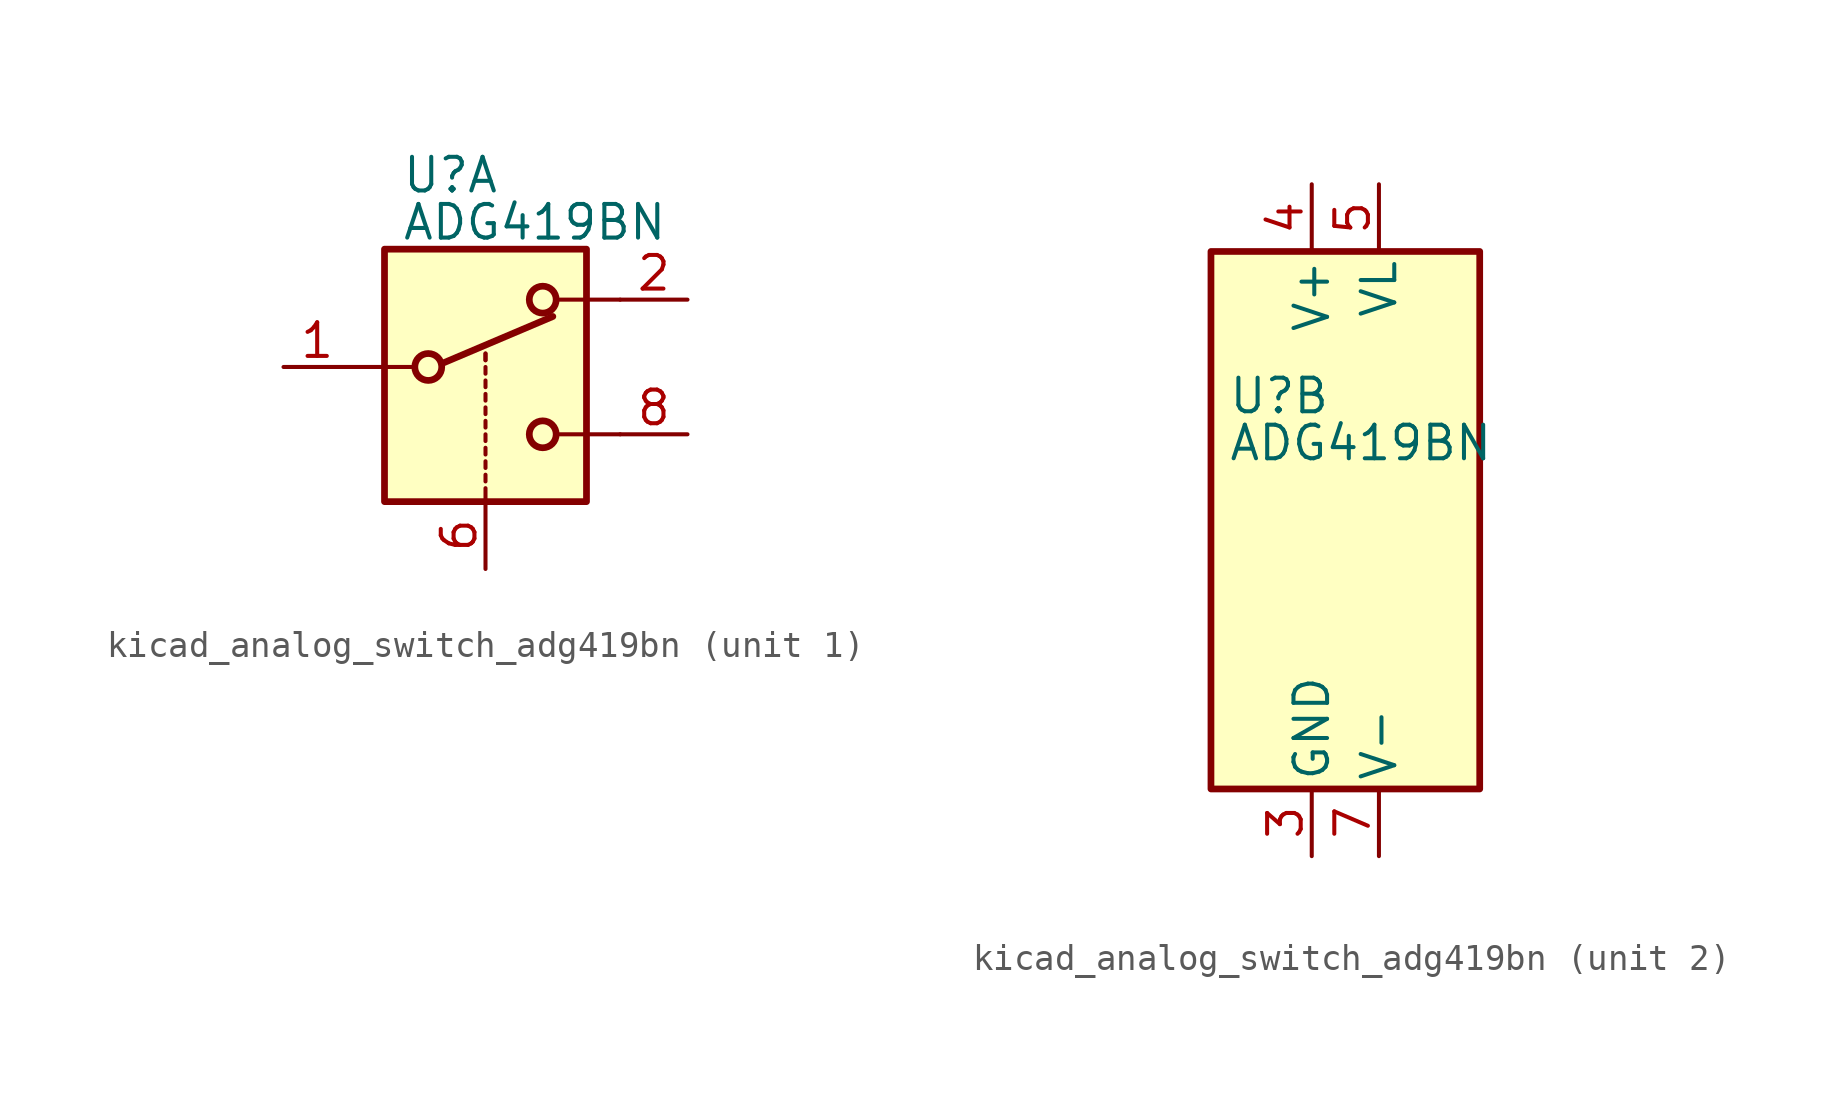
<source format=kicad_sym>
(kicad_symbol_lib
  (version 20220914)
  (generator kicad_symbol_editor)
  (symbol "kicad_analog_switch_adg419bn"
    (pin_names
      (offset 0.254))
    (property "Reference" "U"
      (at -3.175 4.699 0)
      (effects (font (size 1.27 1.27)) (justify left)))
    (property "Value" "ADG419BN"
      (at -3.175 2.921 0)
      (effects (font (size 1.27 1.27)) (justify left)))
    (symbol "kicad_analog_switch_adg419bn_1_1"
      (rectangle (start -3.81 1.905) (end 3.81 -7.62) (stroke (width 0.254) (type default)) (fill (type background)))
      (circle (center -2.159 -2.54) (radius 0.508) (stroke (width 0.254) (type default)) (fill (type none)))
      (polyline (pts (xy -5.08 -2.54) (xy -2.794 -2.54)) (stroke (width 0) (type default)) (fill (type none)))
      (polyline (pts (xy -1.651 -2.413) (xy 2.54 -0.635)) (stroke (width 0.254) (type default)) (fill (type none)))
      (polyline (pts (xy 0 -7.62) (xy 0 -7.112)) (stroke (width 0) (type default)) (fill (type none)))
      (polyline (pts (xy 0 -6.858) (xy 0 -6.604)) (stroke (width 0) (type default)) (fill (type none)))
      (polyline (pts (xy 0 -6.35) (xy 0 -6.096)) (stroke (width 0) (type default)) (fill (type none)))
      (polyline (pts (xy 0 -5.842) (xy 0 -5.588)) (stroke (width 0) (type default)) (fill (type none)))
      (polyline (pts (xy 0 -5.334) (xy 0 -5.08)) (stroke (width 0) (type default)) (fill (type none)))
      (polyline (pts (xy 0 -4.826) (xy 0 -4.572)) (stroke (width 0) (type default)) (fill (type none)))
      (polyline (pts (xy 0 -4.318) (xy 0 -4.064)) (stroke (width 0) (type default)) (fill (type none)))
      (polyline (pts (xy 0 -3.81) (xy 0 -3.556)) (stroke (width 0) (type default)) (fill (type none)))
      (polyline (pts (xy 0 -3.302) (xy 0 -3.048)) (stroke (width 0) (type default)) (fill (type none)))
      (polyline (pts (xy 0 -2.794) (xy 0 -2.54)) (stroke (width 0) (type default)) (fill (type none)))
      (polyline (pts (xy 0 -2.286) (xy 0 -2.032)) (stroke (width 0) (type default)) (fill (type none)))
      (polyline (pts (xy 0 -2.286) (xy 0 -2.032)) (stroke (width 0) (type default)) (fill (type none)))
      (polyline (pts (xy 5.08 -5.08) (xy 2.794 -5.08)) (stroke (width 0) (type default)) (fill (type none)))
      (polyline (pts (xy 5.08 0) (xy 2.794 0)) (stroke (width 0) (type default)) (fill (type none)))
      (circle (center 2.159 -5.08) (radius 0.508) (stroke (width 0.254) (type default)) (fill (type none)))
      (circle (center 2.159 0) (radius 0.508) (stroke (width 0.254) (type default)) (fill (type none)))
      (pin passive line (at -7.62 -2.54 0) (length 2.54) (name "~" (effects (font (size 1.27 1.27)))) (number "1" (effects (font (size 1.27 1.27)))))
      (pin passive line (at 7.62 0 180) (length 2.54) (name "~" (effects (font (size 1.27 1.27)))) (number "2" (effects (font (size 1.27 1.27)))))
      (pin input line (at 0 -10.16 90) (length 2.54) (name "~" (effects (font (size 1.27 1.27)))) (number "6" (effects (font (size 1.27 1.27)))))
      (pin passive line (at 7.62 -5.08 180) (length 2.54) (name "~" (effects (font (size 1.27 1.27)))) (number "8" (effects (font (size 1.27 1.27))))))
    (symbol "kicad_analog_switch_adg419bn_2_0"
      (pin power_in line (at 0 -12.7 90) (length 2.54) (name "GND" (effects (font (size 1.27 1.27)))) (number "3" (effects (font (size 1.27 1.27)))))
      (pin power_in line (at 0 12.7 270) (length 2.54) (name "V+" (effects (font (size 1.27 1.27)))) (number "4" (effects (font (size 1.27 1.27)))))
      (pin power_in line (at 2.54 12.7 270) (length 2.54) (name "VL" (effects (font (size 1.27 1.27)))) (number "5" (effects (font (size 1.27 1.27)))))
      (pin power_in line (at 2.54 -12.7 90) (length 2.54) (name "V-" (effects (font (size 1.27 1.27)))) (number "7" (effects (font (size 1.27 1.27))))))
    (symbol "kicad_analog_switch_adg419bn_2_1"
      (rectangle (start -3.81 10.16) (end 6.35 -10.16) (stroke (width 0.254) (type default)) (fill (type background))))))
</source>
